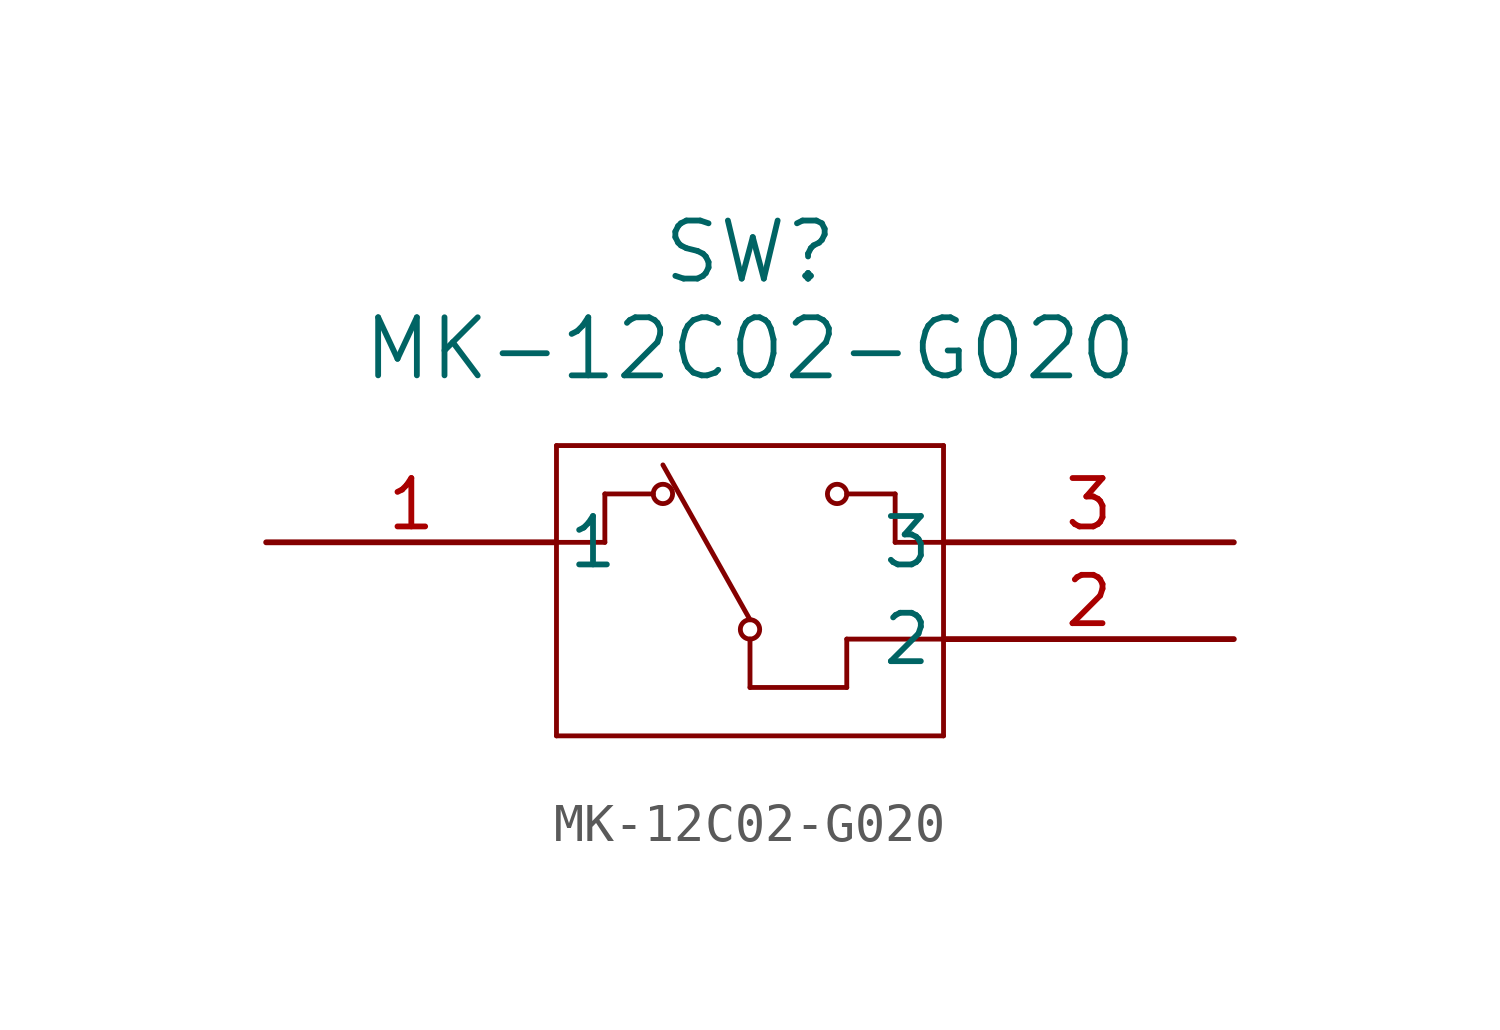
<source format=kicad_sym>
(kicad_symbol_lib
  (version 20231120)
  (generator "kicad_symbol_editor")
  (generator_version "8.0")
  (symbol "MK-12C02-G020"
    (pin_names
      (offset 0.254))
    (property "Reference" "SW"
      (at 12.7 7.62 0)
      (effects (font (size 1.524 1.524))))
    (property "Value" "MK-12C02-G020"
      (at 12.7 5.08 0)
      (effects (font (size 1.524 1.524))))
    (property "ki_locked" ""
      (at 0 0 0)
      (effects (font (size 1.27 1.27))))
    (symbol "MK-12C02-G020_0_1"
      (polyline (pts (xy 7.62 -5.08) (xy 17.78 -5.08)) (stroke (width 0.127) (type default)) (fill (type none)))
      (polyline (pts (xy 7.62 0) (xy 8.89 0)) (stroke (width 0.127) (type default)) (fill (type none)))
      (polyline (pts (xy 7.62 2.54) (xy 7.62 -5.08)) (stroke (width 0.127) (type default)) (fill (type none)))
      (polyline (pts (xy 8.89 0) (xy 8.89 1.27)) (stroke (width 0.127) (type default)) (fill (type none)))
      (polyline (pts (xy 8.89 1.27) (xy 10.16 1.27)) (stroke (width 0.127) (type default)) (fill (type none)))
      (polyline (pts (xy 12.7 -3.81) (xy 12.7 -2.54)) (stroke (width 0.127) (type default)) (fill (type none)))
      (polyline (pts (xy 12.7 -2.032) (xy 10.414 2.032)) (stroke (width 0.127) (type default)) (fill (type none)))
      (polyline (pts (xy 15.24 -3.81) (xy 12.7 -3.81)) (stroke (width 0.127) (type default)) (fill (type none)))
      (polyline (pts (xy 15.24 -2.54) (xy 15.24 -3.81)) (stroke (width 0.127) (type default)) (fill (type none)))
      (polyline (pts (xy 15.24 1.27) (xy 16.51 1.27)) (stroke (width 0.127) (type default)) (fill (type none)))
      (polyline (pts (xy 16.51 0) (xy 17.78 0)) (stroke (width 0.127) (type default)) (fill (type none)))
      (polyline (pts (xy 16.51 1.27) (xy 16.51 0)) (stroke (width 0.127) (type default)) (fill (type none)))
      (polyline (pts (xy 17.78 -5.08) (xy 17.78 2.54)) (stroke (width 0.127) (type default)) (fill (type none)))
      (polyline (pts (xy 17.78 -2.54) (xy 15.24 -2.54)) (stroke (width 0.127) (type default)) (fill (type none)))
      (polyline (pts (xy 17.78 2.54) (xy 7.62 2.54)) (stroke (width 0.127) (type default)) (fill (type none)))
      (circle (center 10.414 1.27) (radius 0.254) (stroke (width 0.127) (type default)) (fill (type none)))
      (circle (center 12.7 -2.286) (radius 0.254) (stroke (width 0.127) (type default)) (fill (type none)))
      (circle (center 14.986 1.27) (radius 0.254) (stroke (width 0.127) (type default)) (fill (type none)))
      (pin unspecified line (at 0 0 0) (length 7.62) (name "1" (effects (font (size 1.27 1.27)))) (number "1" (effects (font (size 1.27 1.27)))))
      (pin unspecified line (at 25.4 -2.54 180) (length 7.62) (name "2" (effects (font (size 1.27 1.27)))) (number "2" (effects (font (size 1.27 1.27)))))
      (pin unspecified line (at 25.4 0 180) (length 7.62) (name "3" (effects (font (size 1.27 1.27)))) (number "3" (effects (font (size 1.27 1.27))))))))
</source>
